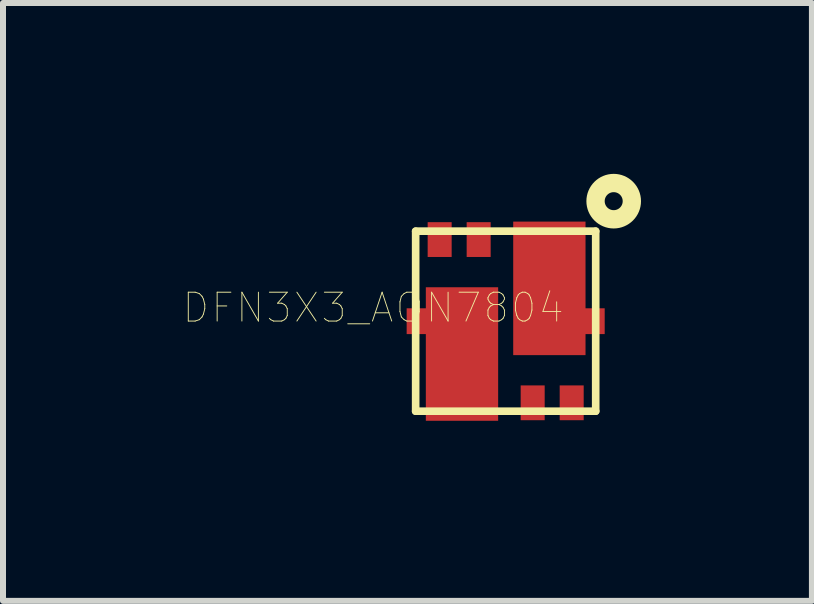
<source format=kicad_pcb>
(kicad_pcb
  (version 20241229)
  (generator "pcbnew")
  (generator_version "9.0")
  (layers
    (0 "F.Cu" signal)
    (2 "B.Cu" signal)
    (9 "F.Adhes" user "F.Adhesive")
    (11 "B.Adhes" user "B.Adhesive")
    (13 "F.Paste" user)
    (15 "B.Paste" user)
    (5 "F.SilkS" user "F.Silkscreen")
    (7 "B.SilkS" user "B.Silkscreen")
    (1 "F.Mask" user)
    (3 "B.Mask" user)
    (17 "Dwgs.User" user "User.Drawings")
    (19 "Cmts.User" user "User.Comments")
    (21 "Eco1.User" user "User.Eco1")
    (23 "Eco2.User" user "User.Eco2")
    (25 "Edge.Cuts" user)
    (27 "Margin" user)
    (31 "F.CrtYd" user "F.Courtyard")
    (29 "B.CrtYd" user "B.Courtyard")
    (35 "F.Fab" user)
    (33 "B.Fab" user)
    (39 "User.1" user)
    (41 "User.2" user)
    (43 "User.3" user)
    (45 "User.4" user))
  (footprint "DFN3X3_AON7804"
    (layer "F.Cu")
    (at 5.376 2.302)
    (property "Reference" "DFN3X3_AON7804" (at -2.208 -0.224 180) (layer "F.SilkS") (effects (font (size 0.481 0.481) (thickness 0.015))))
    (attr through_hole)
    (fp_line (start -1.5 -1.5) (end -1.5 1.5) (stroke (width 0.127) (type solid)) (layer "F.SilkS"))
    (fp_line (start -1.5 1.5) (end 1.5 1.5) (stroke (width 0.127) (type solid)) (layer "F.SilkS"))
    (fp_line (start 1.5 -1.5) (end -1.5 -1.5) (stroke (width 0.127) (type solid)) (layer "F.SilkS"))
    (fp_line (start 1.5 1.5) (end 1.5 -1.5) (stroke (width 0.127) (type solid)) (layer "F.SilkS"))
    (fp_circle (center 1.8 -2) (end 1.95 -2) (stroke (width 0.305) (type solid)) (fill no) (layer "F.SilkS"))
    (pad "D1" smd rect (at 0.728 -0.547) (size 1.205 2.225) (layers "F.Cu" "F.Mask" "F.Paste"))
    (pad "D1A" smd rect (at 1.465 0) (size 0.37 0.43) (layers "F.Cu" "F.Mask" "F.Paste"))
    (pad "D2" smd rect (at -0.728 0.547) (size 1.205 2.225) (layers "F.Cu" "F.Mask" "F.Paste"))
    (pad "D2A" smd rect (at -1.465 0) (size 0.37 0.43) (layers "F.Cu" "F.Mask" "F.Paste"))
    (pad "G1" smd rect (at 1.1 1.36) (size 0.4 0.58) (layers "F.Cu" "F.Mask" "F.Paste"))
    (pad "G2" smd rect (at -1.1 -1.36) (size 0.4 0.58) (layers "F.Cu" "F.Mask" "F.Paste"))
    (pad "S1" smd rect (at 0.45 1.36) (size 0.4 0.58) (layers "F.Cu" "F.Mask" "F.Paste"))
    (pad "S2" smd rect (at -0.45 -1.36) (size 0.4 0.58) (layers "F.Cu" "F.Mask" "F.Paste")))
  (gr_rect
    (start -3 -3)
    (end 10.479 6.962)
    (stroke (width 0.1) (type default))
    (fill no)
    (layer "Edge.Cuts")))
</source>
